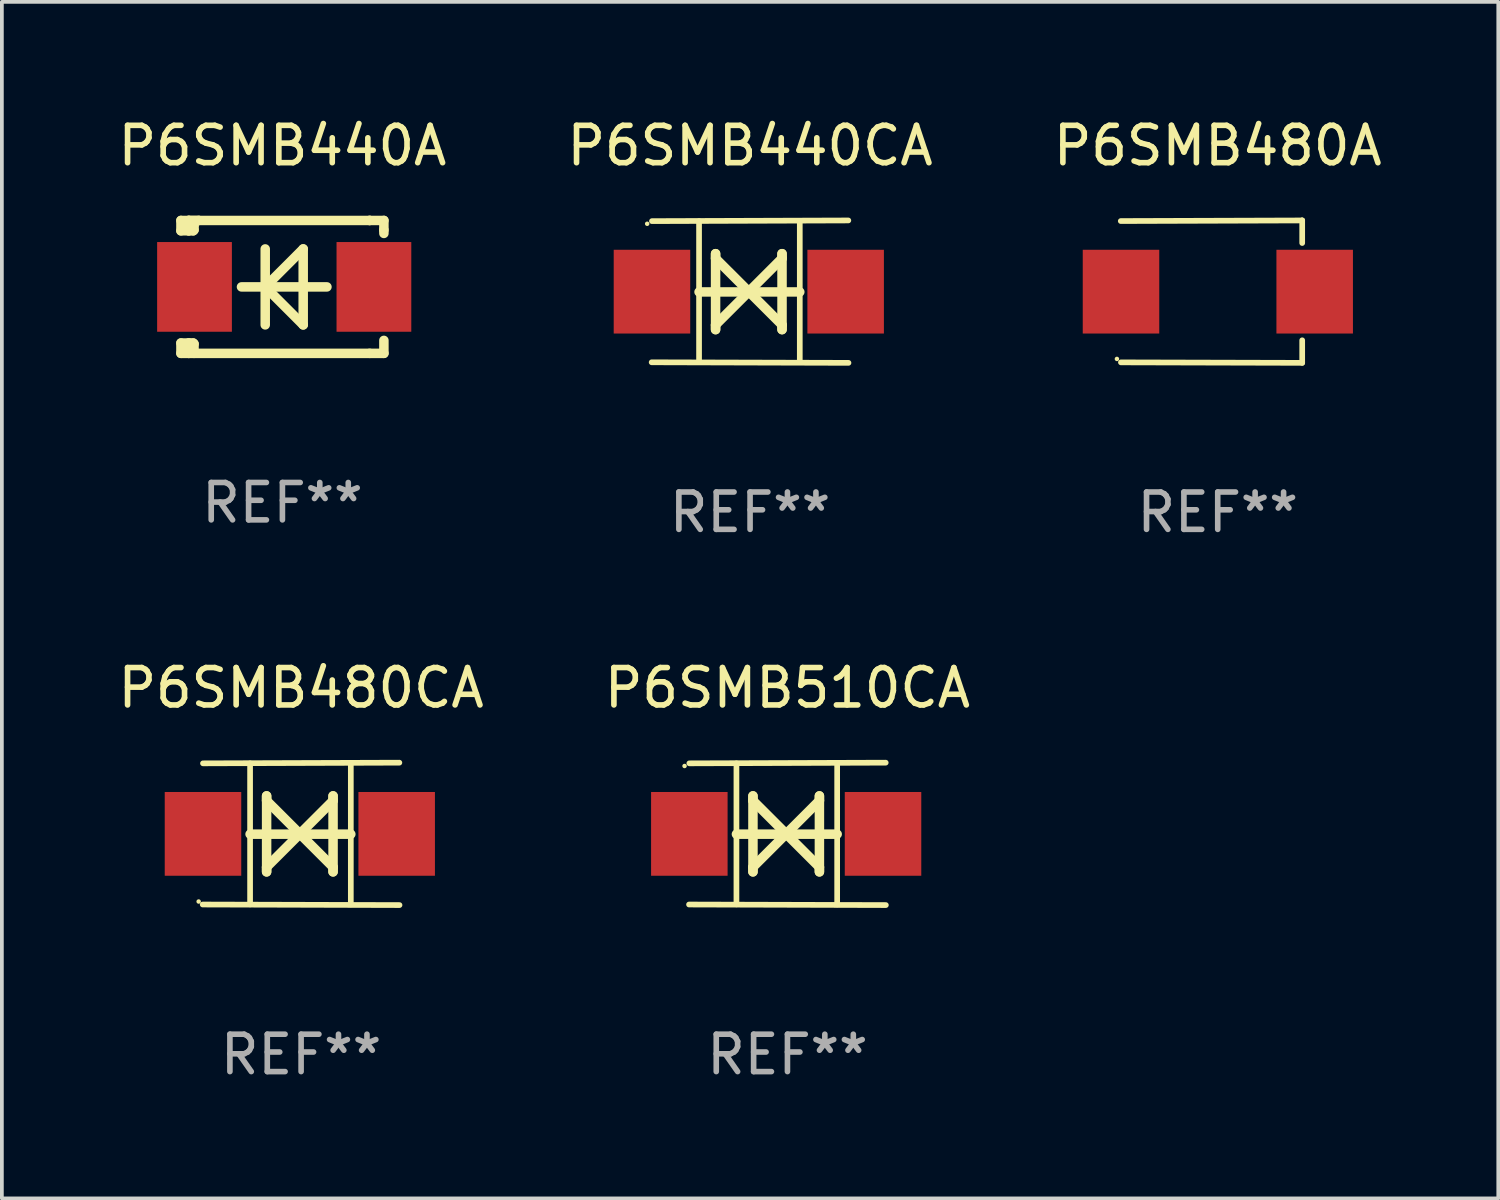
<source format=kicad_pcb>
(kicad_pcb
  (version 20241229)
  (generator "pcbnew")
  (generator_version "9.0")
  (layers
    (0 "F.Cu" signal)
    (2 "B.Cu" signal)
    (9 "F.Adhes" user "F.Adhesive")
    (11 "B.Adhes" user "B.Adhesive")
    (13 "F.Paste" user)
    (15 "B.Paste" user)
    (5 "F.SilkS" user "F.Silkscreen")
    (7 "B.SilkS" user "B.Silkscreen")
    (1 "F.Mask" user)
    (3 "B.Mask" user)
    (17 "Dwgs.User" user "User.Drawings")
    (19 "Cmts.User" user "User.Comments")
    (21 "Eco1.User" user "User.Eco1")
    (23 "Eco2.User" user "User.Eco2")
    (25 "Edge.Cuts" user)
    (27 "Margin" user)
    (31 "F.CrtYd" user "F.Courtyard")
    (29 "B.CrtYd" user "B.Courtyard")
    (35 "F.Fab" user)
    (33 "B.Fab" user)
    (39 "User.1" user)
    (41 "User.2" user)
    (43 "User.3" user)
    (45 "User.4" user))
  (footprint "P6SMB510CA"
    (layer "F.Cu")
    (at 18.018 19.26)
    (property "Reference" "P6SMB510CA" (at 0 -3.905 0) (layer "F.SilkS") (effects (font (size 1 1) (thickness 0.15))))
    (attr through_hole)
    (fp_line (start -1.365 1.886) (end -1.365 -1.886) (stroke (width 0.152) (type solid)) (layer "F.SilkS"))
    (fp_line (start -1.365 0.008) (end 1.33 0.008) (stroke (width 0.254) (type solid)) (layer "F.SilkS"))
    (fp_line (start -0.923 -1.016) (end -0.923 1.016) (stroke (width 0.254) (type solid)) (layer "F.SilkS"))
    (fp_line (start -0.923 -0.889) (end -0.923 -1.016) (stroke (width 0.254) (type solid)) (layer "F.SilkS"))
    (fp_line (start -0.923 0.889) (end -0.034 0) (stroke (width 0.254) (type solid)) (layer "F.SilkS"))
    (fp_line (start -0.923 1.016) (end -0.923 0.889) (stroke (width 0.254) (type solid)) (layer "F.SilkS"))
    (fp_line (start -0.034 0) (end -0.923 -0.889) (stroke (width 0.254) (type solid)) (layer "F.SilkS"))
    (fp_line (start -0.034 0) (end 0.855 0.889) (stroke (width 0.254) (type solid)) (layer "F.SilkS"))
    (fp_line (start 0.855 -1.016) (end 0.855 -0.889) (stroke (width 0.254) (type solid)) (layer "F.SilkS"))
    (fp_line (start 0.855 -0.889) (end -0.034 0) (stroke (width 0.254) (type solid)) (layer "F.SilkS"))
    (fp_line (start 0.855 0.889) (end 0.855 1.016) (stroke (width 0.254) (type solid)) (layer "F.SilkS"))
    (fp_line (start 0.855 1.016) (end 0.855 -1.016) (stroke (width 0.254) (type solid)) (layer "F.SilkS"))
    (fp_line (start 1.33 1.886) (end 1.33 -1.886) (stroke (width 0.152) (type solid)) (layer "F.SilkS"))
    (fp_line (start 2.629 -1.905) (end -2.625 -1.887) (stroke (width 0.152) (type solid)) (layer "F.SilkS"))
    (fp_line (start 2.633 1.905) (end -2.633 1.89) (stroke (width 0.152) (type solid)) (layer "F.SilkS"))
    (fp_circle (center -2.753 -1.816) (end -2.723 -1.816) (stroke (width 0.06) (type solid)) (fill no) (layer "F.SilkS"))
    (fp_text user "REF**" (at 0 5.905 0) (layer "F.Fab") (effects (font (size 1 1) (thickness 0.15))))
    (pad "1" smd rect (at -2.625 0) (size 2.047 2.241) (layers "F.Cu" "F.Mask" "F.Paste"))
    (pad "2" smd rect (at 2.557 0) (size 2.047 2.241) (layers "F.Cu" "F.Mask" "F.Paste")))
  (footprint "P6SMB440CA"
    (layer "F.Cu")
    (at 17.018 4.753)
    (property "Reference" "P6SMB440CA" (at 0 -3.905 0) (layer "F.SilkS") (effects (font (size 1 1) (thickness 0.15))))
    (attr through_hole)
    (fp_line (start -1.365 1.886) (end -1.365 -1.886) (stroke (width 0.152) (type solid)) (layer "F.SilkS"))
    (fp_line (start -1.365 0.008) (end 1.33 0.008) (stroke (width 0.254) (type solid)) (layer "F.SilkS"))
    (fp_line (start -0.923 -1.016) (end -0.923 1.016) (stroke (width 0.254) (type solid)) (layer "F.SilkS"))
    (fp_line (start -0.923 -0.889) (end -0.923 -1.016) (stroke (width 0.254) (type solid)) (layer "F.SilkS"))
    (fp_line (start -0.923 0.889) (end -0.034 0) (stroke (width 0.254) (type solid)) (layer "F.SilkS"))
    (fp_line (start -0.923 1.016) (end -0.923 0.889) (stroke (width 0.254) (type solid)) (layer "F.SilkS"))
    (fp_line (start -0.034 0) (end -0.923 -0.889) (stroke (width 0.254) (type solid)) (layer "F.SilkS"))
    (fp_line (start -0.034 0) (end 0.855 0.889) (stroke (width 0.254) (type solid)) (layer "F.SilkS"))
    (fp_line (start 0.855 -1.016) (end 0.855 -0.889) (stroke (width 0.254) (type solid)) (layer "F.SilkS"))
    (fp_line (start 0.855 -0.889) (end -0.034 0) (stroke (width 0.254) (type solid)) (layer "F.SilkS"))
    (fp_line (start 0.855 0.889) (end 0.855 1.016) (stroke (width 0.254) (type solid)) (layer "F.SilkS"))
    (fp_line (start 0.855 1.016) (end 0.855 -1.016) (stroke (width 0.254) (type solid)) (layer "F.SilkS"))
    (fp_line (start 1.33 1.886) (end 1.33 -1.886) (stroke (width 0.152) (type solid)) (layer "F.SilkS"))
    (fp_line (start 2.629 -1.905) (end -2.625 -1.887) (stroke (width 0.152) (type solid)) (layer "F.SilkS"))
    (fp_line (start 2.633 1.905) (end -2.633 1.89) (stroke (width 0.152) (type solid)) (layer "F.SilkS"))
    (fp_circle (center -2.753 -1.816) (end -2.723 -1.816) (stroke (width 0.06) (type solid)) (fill no) (layer "F.SilkS"))
    (fp_text user "REF**" (at 0 5.905 0) (layer "F.Fab") (effects (font (size 1 1) (thickness 0.15))))
    (pad "1" smd rect (at -2.625 0) (size 2.047 2.241) (layers "F.Cu" "F.Mask" "F.Paste"))
    (pad "2" smd rect (at 2.557 0) (size 2.047 2.241) (layers "F.Cu" "F.Mask" "F.Paste")))
  (footprint "P6SMB440A"
    (layer "F.Cu")
    (at 4.506 4.626)
    (property "Reference" "P6SMB440A" (at 0 -3.778 0) (layer "F.SilkS") (effects (font (size 1 1) (thickness 0.15))))
    (attr through_hole)
    (fp_line (start -2.715 -1.778) (end -2.715 -1.501) (stroke (width 0.254) (type solid)) (layer "F.SilkS"))
    (fp_line (start -2.715 -1.501) (end -2.505 -1.501) (stroke (width 0.254) (type solid)) (layer "F.SilkS"))
    (fp_line (start -2.715 1.501) (end -2.715 1.778) (stroke (width 0.254) (type solid)) (layer "F.SilkS"))
    (fp_line (start -2.715 1.501) (end -2.505 1.501) (stroke (width 0.254) (type solid)) (layer "F.SilkS"))
    (fp_line (start -2.715 1.778) (end -2.504 1.778) (stroke (width 0.254) (type solid)) (layer "F.SilkS"))
    (fp_line (start -2.505 -1.778) (end -2.715 -1.778) (stroke (width 0.254) (type solid)) (layer "F.SilkS"))
    (fp_line (start -2.505 -1.778) (end -2.238 -1.778) (stroke (width 0.254) (type solid)) (layer "F.SilkS"))
    (fp_line (start -2.505 -1.501) (end -2.505 -1.651) (stroke (width 0.254) (type solid)) (layer "F.SilkS"))
    (fp_line (start -2.505 -1.501) (end -2.388 -1.501) (stroke (width 0.254) (type solid)) (layer "F.SilkS"))
    (fp_line (start -2.505 1.501) (end -2.505 1.778) (stroke (width 0.254) (type solid)) (layer "F.SilkS"))
    (fp_line (start -2.505 1.501) (end -2.388 1.501) (stroke (width 0.254) (type solid)) (layer "F.SilkS"))
    (fp_line (start -2.388 1.501) (end -2.365 1.524) (stroke (width 0.254) (type solid)) (layer "F.SilkS"))
    (fp_line (start -2.388 -1.501) (end -2.365 -1.524) (stroke (width 0.254) (type solid)) (layer "F.SilkS"))
    (fp_line (start -2.365 -1.651) (end -2.505 -1.778) (stroke (width 0.254) (type solid)) (layer "F.SilkS"))
    (fp_line (start -2.365 -1.524) (end -2.365 -1.651) (stroke (width 0.254) (type solid)) (layer "F.SilkS"))
    (fp_line (start -2.365 1.524) (end -2.365 1.778) (stroke (width 0.254) (type solid)) (layer "F.SilkS"))
    (fp_line (start -2.239 -1.778) (end 2.333 -1.778) (stroke (width 0.254) (type solid)) (layer "F.SilkS"))
    (fp_line (start -2.238 -1.778) (end -2.505 -1.778) (stroke (width 0.254) (type solid)) (layer "F.SilkS"))
    (fp_line (start -1.095 0) (end 1.191 0) (stroke (width 0.254) (type solid)) (layer "F.SilkS"))
    (fp_line (start -0.46 -1.016) (end -0.46 1.016) (stroke (width 0.254) (type solid)) (layer "F.SilkS"))
    (fp_line (start -0.46 -0.000127) (end 0.556 1.016) (stroke (width 0.254) (type solid)) (layer "F.SilkS"))
    (fp_line (start 0.556 -1.016) (end 0.556 1.016) (stroke (width 0.254) (type solid)) (layer "F.SilkS"))
    (fp_line (start 0.556 -1.016) (end -0.46 -0.000127) (stroke (width 0.254) (type solid)) (layer "F.SilkS"))
    (fp_line (start 2.333 -1.778) (end 2.333 -1.778) (stroke (width 0.254) (type solid)) (layer "F.SilkS"))
    (fp_line (start 2.333 -1.778) (end 2.715 -1.778) (stroke (width 0.254) (type solid)) (layer "F.SilkS"))
    (fp_line (start 2.334 1.778) (end -2.504 1.778) (stroke (width 0.254) (type solid)) (layer "F.SilkS"))
    (fp_line (start 2.715 -1.778) (end 2.715 -1.524) (stroke (width 0.254) (type solid)) (layer "F.SilkS"))
    (fp_line (start 2.715 -1.524) (end 2.715 -1.431) (stroke (width 0.254) (type solid)) (layer "F.SilkS"))
    (fp_line (start 2.715 1.431) (end 2.715 1.778) (stroke (width 0.254) (type solid)) (layer "F.SilkS"))
    (fp_line (start 2.715 1.778) (end 2.334 1.778) (stroke (width 0.254) (type solid)) (layer "F.SilkS"))
    (fp_circle (center -2.602 1.8) (end -2.572 1.8) (stroke (width 0.06) (type solid)) (fill no) (layer "F.SilkS"))
    (fp_text user "REF**" (at 0 5.778 0) (layer "F.Fab") (effects (font (size 1 1) (thickness 0.15))))
    (pad "1" smd rect (at -2.352 -0.000076) (size 2 2.4) (layers "F.Cu" "F.Mask" "F.Paste"))
    (pad "2" smd rect (at 2.448 -0.000076) (size 2 2.4) (layers "F.Cu" "F.Mask" "F.Paste")))
  (footprint "P6SMB480CA"
    (layer "F.Cu")
    (at 5.006 19.26)
    (property "Reference" "P6SMB480CA" (at 0 -3.905 0) (layer "F.SilkS") (effects (font (size 1 1) (thickness 0.15))))
    (attr through_hole)
    (fp_line (start -1.365 1.886) (end -1.365 -1.886) (stroke (width 0.152) (type solid)) (layer "F.SilkS"))
    (fp_line (start -1.365 0.008) (end 1.33 0.008) (stroke (width 0.254) (type solid)) (layer "F.SilkS"))
    (fp_line (start -0.923 -1.016) (end -0.923 1.016) (stroke (width 0.254) (type solid)) (layer "F.SilkS"))
    (fp_line (start -0.923 -0.889) (end -0.923 -1.016) (stroke (width 0.254) (type solid)) (layer "F.SilkS"))
    (fp_line (start -0.923 0.889) (end -0.034 0) (stroke (width 0.254) (type solid)) (layer "F.SilkS"))
    (fp_line (start -0.923 1.016) (end -0.923 0.889) (stroke (width 0.254) (type solid)) (layer "F.SilkS"))
    (fp_line (start -0.034 0) (end -0.923 -0.889) (stroke (width 0.254) (type solid)) (layer "F.SilkS"))
    (fp_line (start -0.034 0) (end 0.855 0.889) (stroke (width 0.254) (type solid)) (layer "F.SilkS"))
    (fp_line (start 0.855 -1.016) (end 0.855 -0.889) (stroke (width 0.254) (type solid)) (layer "F.SilkS"))
    (fp_line (start 0.855 -0.889) (end -0.034 0) (stroke (width 0.254) (type solid)) (layer "F.SilkS"))
    (fp_line (start 0.855 0.889) (end 0.855 1.016) (stroke (width 0.254) (type solid)) (layer "F.SilkS"))
    (fp_line (start 0.855 1.016) (end 0.855 -1.016) (stroke (width 0.254) (type solid)) (layer "F.SilkS"))
    (fp_line (start 1.33 1.886) (end 1.33 -1.886) (stroke (width 0.152) (type solid)) (layer "F.SilkS"))
    (fp_line (start 2.629 -1.905) (end -2.625 -1.887) (stroke (width 0.152) (type solid)) (layer "F.SilkS"))
    (fp_line (start 2.633 1.905) (end -2.633 1.89) (stroke (width 0.152) (type solid)) (layer "F.SilkS"))
    (fp_circle (center -2.741 1.81) (end -2.711 1.81) (stroke (width 0.06) (type solid)) (fill no) (layer "F.SilkS"))
    (fp_text user "REF**" (at 0 5.905 0) (layer "F.Fab") (effects (font (size 1 1) (thickness 0.15))))
    (pad "1" smd rect (at -2.625 0) (size 2.047 2.241) (layers "F.Cu" "F.Mask" "F.Paste"))
    (pad "2" smd rect (at 2.557 0) (size 2.047 2.241) (layers "F.Cu" "F.Mask" "F.Paste")))
  (footprint "P6SMB480A"
    (layer "F.Cu")
    (at 29.53 4.753)
    (property "Reference" "P6SMB480A" (at 0 -3.905 0) (layer "F.SilkS") (effects (font (size 1 1) (thickness 0.15))))
    (attr through_hole)
    (fp_line (start 2.256 -1.905) (end -2.594 -1.889) (stroke (width 0.152) (type solid)) (layer "F.SilkS"))
    (fp_line (start 2.256 -1.905) (end 2.26 -1.905) (stroke (width 0.152) (type solid)) (layer "F.SilkS"))
    (fp_line (start 2.26 -1.905) (end 2.26 -1.301) (stroke (width 0.152) (type solid)) (layer "F.SilkS"))
    (fp_line (start 2.26 1.301) (end 2.26 1.905) (stroke (width 0.152) (type solid)) (layer "F.SilkS"))
    (fp_line (start 2.26 1.905) (end -2.59 1.892) (stroke (width 0.152) (type solid)) (layer "F.SilkS"))
    (fp_circle (center -2.697 1.8) (end -2.667 1.8) (stroke (width 0.06) (type solid)) (fill no) (layer "F.SilkS"))
    (fp_text user "REF**" (at 0 5.905 0) (layer "F.Fab") (effects (font (size 1 1) (thickness 0.15))))
    (pad "1" smd rect (at -2.588 0) (size 2.047 2.241) (layers "F.Cu" "F.Mask" "F.Paste"))
    (pad "2" smd rect (at 2.594 0) (size 2.047 2.241) (layers "F.Cu" "F.Mask" "F.Paste")))
  (gr_rect
    (start -3 -3)
    (end 37.036 29.013)
    (stroke (width 0.1) (type default))
    (fill no)
    (layer "Edge.Cuts")))
</source>
